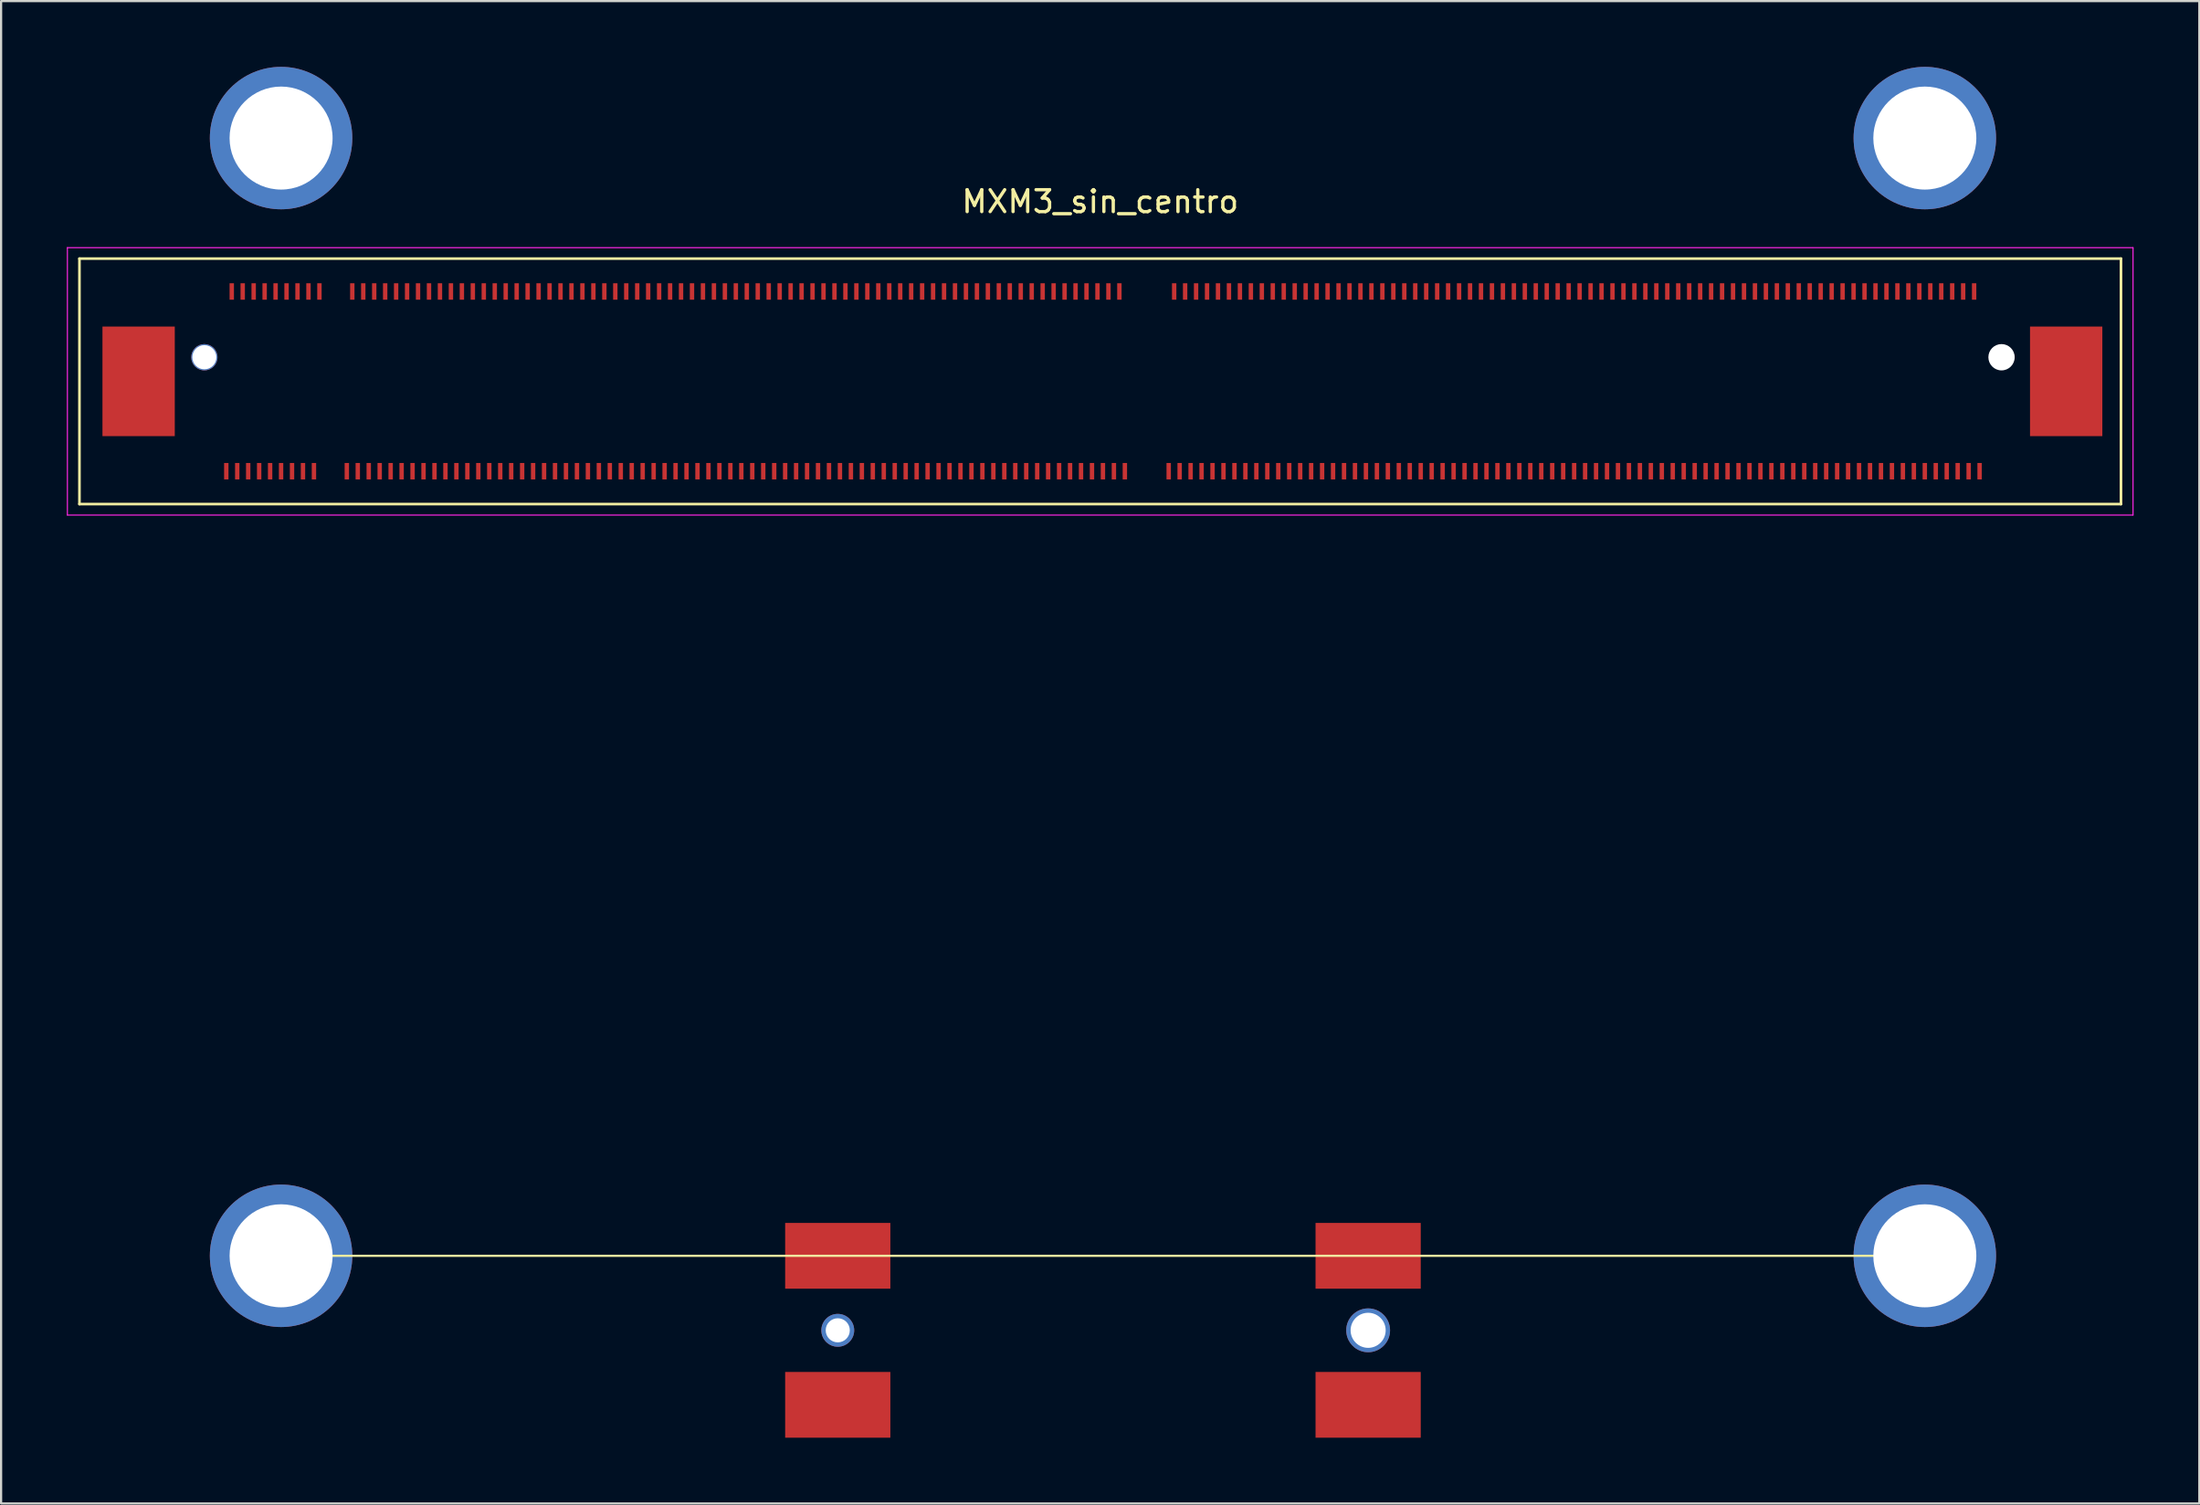
<source format=kicad_pcb>
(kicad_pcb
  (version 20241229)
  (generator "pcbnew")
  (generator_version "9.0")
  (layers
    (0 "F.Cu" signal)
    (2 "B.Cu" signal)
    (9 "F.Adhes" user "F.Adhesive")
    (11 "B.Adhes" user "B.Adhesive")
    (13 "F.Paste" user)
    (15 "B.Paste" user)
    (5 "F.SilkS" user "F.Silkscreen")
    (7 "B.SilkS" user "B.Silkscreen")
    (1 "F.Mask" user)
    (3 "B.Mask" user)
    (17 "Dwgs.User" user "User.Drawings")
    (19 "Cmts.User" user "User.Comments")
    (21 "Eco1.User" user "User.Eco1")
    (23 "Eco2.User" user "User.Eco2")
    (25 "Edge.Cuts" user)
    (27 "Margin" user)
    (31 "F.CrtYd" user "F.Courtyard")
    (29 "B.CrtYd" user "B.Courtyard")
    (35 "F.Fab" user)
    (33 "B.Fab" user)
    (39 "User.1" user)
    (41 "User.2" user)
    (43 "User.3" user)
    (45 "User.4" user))
  (footprint "MXM3_sin_centro"
    (layer "F.Cu")
    (at 7.025 10.25)
    (property "Reference" "MXM3_sin_centro" (at 40.125 -4.1 0) (layer "F.SilkS") (effects (font (size 1 1) (thickness 0.15))))
    (attr through_hole)
    (fp_line (start -6.45 -1.5) (end -6.45 9.7) (stroke (width 0.12) (type solid)) (layer "F.SilkS"))
    (fp_line (start -6.45 9.7) (end 86.7 9.7) (stroke (width 0.12) (type solid)) (layer "F.SilkS"))
    (fp_line (start 2.75 44) (end 77.75 44) (stroke (width 0.1) (type solid)) (layer "F.SilkS"))
    (fp_line (start 86.7 -1.5) (end -6.45 -1.5) (stroke (width 0.12) (type solid)) (layer "F.SilkS"))
    (fp_line (start 86.7 9.7) (end 86.7 -1.5) (stroke (width 0.12) (type solid)) (layer "F.SilkS"))
    (fp_line (start -7 -2) (end -7 10.2) (stroke (width 0.05) (type solid)) (layer "F.CrtYd"))
    (fp_line (start -7 10.2) (end 87.25 10.2) (stroke (width 0.05) (type solid)) (layer "F.CrtYd"))
    (fp_line (start 87.25 -2) (end -7 -2) (stroke (width 0.05) (type solid)) (layer "F.CrtYd"))
    (fp_line (start 87.25 10.2) (end 87.25 -2) (stroke (width 0.05) (type solid)) (layer "F.CrtYd"))
    (pad "" np_thru_hole circle (at -0.75 3) (size 1.2 1.2) (drill 1.1) (layers "*.Cu" "*.Mask"))
    (pad "" np_thru_hole circle (at 28.15 47.4) (size 1.5 1.5) (drill 1.1) (layers "*.Cu" "*.Mask"))
    (pad "" np_thru_hole circle (at 52.35 47.4) (size 2 2) (drill 1.6) (layers "*.Cu" "*.Mask"))
    (pad "" np_thru_hole circle (at 81.25 3) (size 1.2 1.2) (drill 1.6) (layers "*.Cu" "*.Mask"))
    (pad "0" smd rect (at -3.75 4.1) (size 3.3 5) (layers "F.Cu" "F.Mask" "F.Paste"))
    (pad "0" smd rect (at 84.2 4.1) (size 3.3 5) (layers "F.Cu" "F.Mask" "F.Paste"))
    (pad "1" smd rect (at 0.25 8.2) (size 0.2 0.75) (layers "F.Cu" "F.Mask" "F.Paste"))
    (pad "2" smd rect (at 0.5 0) (size 0.2 0.75) (layers "F.Cu" "F.Mask" "F.Paste"))
    (pad "3" smd rect (at 0.75 8.2) (size 0.2 0.75) (layers "F.Cu" "F.Mask" "F.Paste"))
    (pad "4" smd rect (at 1 0) (size 0.2 0.75) (layers "F.Cu" "F.Mask" "F.Paste"))
    (pad "5" smd rect (at 1.25 8.2) (size 0.2 0.75) (layers "F.Cu" "F.Mask" "F.Paste"))
    (pad "6" smd rect (at 1.5 0) (size 0.2 0.75) (layers "F.Cu" "F.Mask" "F.Paste"))
    (pad "7" smd rect (at 1.75 8.2) (size 0.2 0.75) (layers "F.Cu" "F.Mask" "F.Paste"))
    (pad "8" smd rect (at 2 0) (size 0.2 0.75) (layers "F.Cu" "F.Mask" "F.Paste"))
    (pad "9" smd rect (at 2.25 8.2) (size 0.2 0.75) (layers "F.Cu" "F.Mask" "F.Paste"))
    (pad "10" smd rect (at 2.5 0) (size 0.2 0.75) (layers "F.Cu" "F.Mask" "F.Paste"))
    (pad "11" smd rect (at 2.75 8.2) (size 0.2 0.75) (layers "F.Cu" "F.Mask" "F.Paste"))
    (pad "12" smd rect (at 3 0) (size 0.2 0.75) (layers "F.Cu" "F.Mask" "F.Paste"))
    (pad "13" smd rect (at 3.25 8.2) (size 0.2 0.75) (layers "F.Cu" "F.Mask" "F.Paste"))
    (pad "14" smd rect (at 3.5 0) (size 0.2 0.75) (layers "F.Cu" "F.Mask" "F.Paste"))
    (pad "15" smd rect (at 3.75 8.2) (size 0.2 0.75) (layers "F.Cu" "F.Mask" "F.Paste"))
    (pad "16" smd rect (at 4 0) (size 0.2 0.75) (layers "F.Cu" "F.Mask" "F.Paste"))
    (pad "17" smd rect (at 4.25 8.2) (size 0.2 0.75) (layers "F.Cu" "F.Mask" "F.Paste"))
    (pad "18" smd rect (at 4.5 0) (size 0.2 0.75) (layers "F.Cu" "F.Mask" "F.Paste"))
    (pad "19" thru_hole circle (at 2.75 -7) (size 6.5 6.5) (drill 4.7) (layers "*.Cu" "*.Mask"))
    (pad "21" thru_hole circle (at 2.75 44) (size 6.5 6.5) (drill 4.7) (layers "*.Cu" "*.Mask"))
    (pad "22" thru_hole circle (at 77.75 -7) (size 6.5 6.5) (drill 4.7) (layers "*.Cu" "*.Mask"))
    (pad "23" smd rect (at 5.75 8.2) (size 0.2 0.75) (layers "F.Cu" "F.Mask" "F.Paste"))
    (pad "24" smd rect (at 6 0) (size 0.2 0.75) (layers "F.Cu" "F.Mask" "F.Paste"))
    (pad "25" smd rect (at 6.25 8.2) (size 0.2 0.75) (layers "F.Cu" "F.Mask" "F.Paste"))
    (pad "26" smd rect (at 6.5 0) (size 0.2 0.75) (layers "F.Cu" "F.Mask" "F.Paste"))
    (pad "27" smd rect (at 6.75 8.2) (size 0.2 0.75) (layers "F.Cu" "F.Mask" "F.Paste"))
    (pad "28" smd rect (at 7 0) (size 0.2 0.75) (layers "F.Cu" "F.Mask" "F.Paste"))
    (pad "29" smd rect (at 7.25 8.2) (size 0.2 0.75) (layers "F.Cu" "F.Mask" "F.Paste"))
    (pad "30" smd rect (at 7.5 0) (size 0.2 0.75) (layers "F.Cu" "F.Mask" "F.Paste"))
    (pad "31" smd rect (at 7.75 8.2) (size 0.2 0.75) (layers "F.Cu" "F.Mask" "F.Paste"))
    (pad "32" smd rect (at 8 0) (size 0.2 0.75) (layers "F.Cu" "F.Mask" "F.Paste"))
    (pad "33" smd rect (at 8.25 8.2) (size 0.2 0.75) (layers "F.Cu" "F.Mask" "F.Paste"))
    (pad "34" smd rect (at 8.5 0) (size 0.2 0.75) (layers "F.Cu" "F.Mask" "F.Paste"))
    (pad "35" smd rect (at 8.75 8.2) (size 0.2 0.75) (layers "F.Cu" "F.Mask" "F.Paste"))
    (pad "36" smd rect (at 9 0) (size 0.2 0.75) (layers "F.Cu" "F.Mask" "F.Paste"))
    (pad "37" smd rect (at 9.25 8.2) (size 0.2 0.75) (layers "F.Cu" "F.Mask" "F.Paste"))
    (pad "38" smd rect (at 9.5 0) (size 0.2 0.75) (layers "F.Cu" "F.Mask" "F.Paste"))
    (pad "39" smd rect (at 9.75 8.2) (size 0.2 0.75) (layers "F.Cu" "F.Mask" "F.Paste"))
    (pad "40" smd rect (at 10 0) (size 0.2 0.75) (layers "F.Cu" "F.Mask" "F.Paste"))
    (pad "41" smd rect (at 10.25 8.2) (size 0.2 0.75) (layers "F.Cu" "F.Mask" "F.Paste"))
    (pad "42" smd rect (at 10.5 0) (size 0.2 0.75) (layers "F.Cu" "F.Mask" "F.Paste"))
    (pad "43" smd rect (at 10.75 8.2) (size 0.2 0.75) (layers "F.Cu" "F.Mask" "F.Paste"))
    (pad "44" smd rect (at 11 0) (size 0.2 0.75) (layers "F.Cu" "F.Mask" "F.Paste"))
    (pad "45" smd rect (at 11.25 8.2) (size 0.2 0.75) (layers "F.Cu" "F.Mask" "F.Paste"))
    (pad "46" smd rect (at 11.5 0) (size 0.2 0.75) (layers "F.Cu" "F.Mask" "F.Paste"))
    (pad "47" smd rect (at 11.75 8.2) (size 0.2 0.75) (layers "F.Cu" "F.Mask" "F.Paste"))
    (pad "48" smd rect (at 12 0) (size 0.2 0.75) (layers "F.Cu" "F.Mask" "F.Paste"))
    (pad "49" smd rect (at 12.25 8.2) (size 0.2 0.75) (layers "F.Cu" "F.Mask" "F.Paste"))
    (pad "50" smd rect (at 12.5 0) (size 0.2 0.75) (layers "F.Cu" "F.Mask" "F.Paste"))
    (pad "51" smd rect (at 12.75 8.2) (size 0.2 0.75) (layers "F.Cu" "F.Mask" "F.Paste"))
    (pad "52" smd rect (at 13 0) (size 0.2 0.75) (layers "F.Cu" "F.Mask" "F.Paste"))
    (pad "53" smd rect (at 13.25 8.2) (size 0.2 0.75) (layers "F.Cu" "F.Mask" "F.Paste"))
    (pad "54" smd rect (at 13.5 0) (size 0.2 0.75) (layers "F.Cu" "F.Mask" "F.Paste"))
    (pad "55" smd rect (at 13.75 8.2) (size 0.2 0.75) (layers "F.Cu" "F.Mask" "F.Paste"))
    (pad "56" smd rect (at 14 0) (size 0.2 0.75) (layers "F.Cu" "F.Mask" "F.Paste"))
    (pad "57" smd rect (at 14.25 8.2) (size 0.2 0.75) (layers "F.Cu" "F.Mask" "F.Paste"))
    (pad "58" smd rect (at 14.5 0) (size 0.2 0.75) (layers "F.Cu" "F.Mask" "F.Paste"))
    (pad "59" smd rect (at 14.75 8.2) (size 0.2 0.75) (layers "F.Cu" "F.Mask" "F.Paste"))
    (pad "60" smd rect (at 15 0) (size 0.2 0.75) (layers "F.Cu" "F.Mask" "F.Paste"))
    (pad "61" smd rect (at 15.25 8.2) (size 0.2 0.75) (layers "F.Cu" "F.Mask" "F.Paste"))
    (pad "62" smd rect (at 15.5 0) (size 0.2 0.75) (layers "F.Cu" "F.Mask" "F.Paste"))
    (pad "63" smd rect (at 15.75 8.2) (size 0.2 0.75) (layers "F.Cu" "F.Mask" "F.Paste"))
    (pad "64" smd rect (at 16 0) (size 0.2 0.75) (layers "F.Cu" "F.Mask" "F.Paste"))
    (pad "65" smd rect (at 16.25 8.2) (size 0.2 0.75) (layers "F.Cu" "F.Mask" "F.Paste"))
    (pad "66" smd rect (at 16.5 0) (size 0.2 0.75) (layers "F.Cu" "F.Mask" "F.Paste"))
    (pad "67" smd rect (at 16.75 8.2) (size 0.2 0.75) (layers "F.Cu" "F.Mask" "F.Paste"))
    (pad "68" smd rect (at 17 0) (size 0.2 0.75) (layers "F.Cu" "F.Mask" "F.Paste"))
    (pad "69" smd rect (at 17.25 8.2) (size 0.2 0.75) (layers "F.Cu" "F.Mask" "F.Paste"))
    (pad "70" smd rect (at 17.5 0) (size 0.2 0.75) (layers "F.Cu" "F.Mask" "F.Paste"))
    (pad "71" smd rect (at 17.75 8.2) (size 0.2 0.75) (layers "F.Cu" "F.Mask" "F.Paste"))
    (pad "72" smd rect (at 18 0) (size 0.2 0.75) (layers "F.Cu" "F.Mask" "F.Paste"))
    (pad "73" smd rect (at 18.25 8.2) (size 0.2 0.75) (layers "F.Cu" "F.Mask" "F.Paste"))
    (pad "74" smd rect (at 18.5 0) (size 0.2 0.75) (layers "F.Cu" "F.Mask" "F.Paste"))
    (pad "75" smd rect (at 18.75 8.2) (size 0.2 0.75) (layers "F.Cu" "F.Mask" "F.Paste"))
    (pad "76" smd rect (at 19 0) (size 0.2 0.75) (layers "F.Cu" "F.Mask" "F.Paste"))
    (pad "77" smd rect (at 19.25 8.2) (size 0.2 0.75) (layers "F.Cu" "F.Mask" "F.Paste"))
    (pad "78" smd rect (at 19.5 0) (size 0.2 0.75) (layers "F.Cu" "F.Mask" "F.Paste"))
    (pad "79" smd rect (at 19.75 8.2) (size 0.2 0.75) (layers "F.Cu" "F.Mask" "F.Paste"))
    (pad "80" smd rect (at 20 0) (size 0.2 0.75) (layers "F.Cu" "F.Mask" "F.Paste"))
    (pad "81" smd rect (at 20.25 8.2) (size 0.2 0.75) (layers "F.Cu" "F.Mask" "F.Paste"))
    (pad "82" smd rect (at 20.5 0) (size 0.2 0.75) (layers "F.Cu" "F.Mask" "F.Paste"))
    (pad "83" smd rect (at 20.75 8.2) (size 0.2 0.75) (layers "F.Cu" "F.Mask" "F.Paste"))
    (pad "84" smd rect (at 21 0) (size 0.2 0.75) (layers "F.Cu" "F.Mask" "F.Paste"))
    (pad "85" smd rect (at 21.25 8.2) (size 0.2 0.75) (layers "F.Cu" "F.Mask" "F.Paste"))
    (pad "86" smd rect (at 21.5 0) (size 0.2 0.75) (layers "F.Cu" "F.Mask" "F.Paste"))
    (pad "87" smd rect (at 21.75 8.2) (size 0.2 0.75) (layers "F.Cu" "F.Mask" "F.Paste"))
    (pad "88" smd rect (at 22 0) (size 0.2 0.75) (layers "F.Cu" "F.Mask" "F.Paste"))
    (pad "89" smd rect (at 22.25 8.2) (size 0.2 0.75) (layers "F.Cu" "F.Mask" "F.Paste"))
    (pad "90" smd rect (at 22.5 0) (size 0.2 0.75) (layers "F.Cu" "F.Mask" "F.Paste"))
    (pad "91" smd rect (at 22.75 8.2) (size 0.2 0.75) (layers "F.Cu" "F.Mask" "F.Paste"))
    (pad "92" smd rect (at 23 0) (size 0.2 0.75) (layers "F.Cu" "F.Mask" "F.Paste"))
    (pad "93" smd rect (at 23.25 8.2) (size 0.2 0.75) (layers "F.Cu" "F.Mask" "F.Paste"))
    (pad "94" smd rect (at 23.5 0) (size 0.2 0.75) (layers "F.Cu" "F.Mask" "F.Paste"))
    (pad "95" smd rect (at 23.75 8.2) (size 0.2 0.75) (layers "F.Cu" "F.Mask" "F.Paste"))
    (pad "96" smd rect (at 24 0) (size 0.2 0.75) (layers "F.Cu" "F.Mask" "F.Paste"))
    (pad "97" smd rect (at 24.25 8.2) (size 0.2 0.75) (layers "F.Cu" "F.Mask" "F.Paste"))
    (pad "98" smd rect (at 24.5 0) (size 0.2 0.75) (layers "F.Cu" "F.Mask" "F.Paste"))
    (pad "99" smd rect (at 24.75 8.2) (size 0.2 0.75) (layers "F.Cu" "F.Mask" "F.Paste"))
    (pad "100" smd rect (at 25 0) (size 0.2 0.75) (layers "F.Cu" "F.Mask" "F.Paste"))
    (pad "101" smd rect (at 25.25 8.2) (size 0.2 0.75) (layers "F.Cu" "F.Mask" "F.Paste"))
    (pad "102" smd rect (at 25.5 0) (size 0.2 0.75) (layers "F.Cu" "F.Mask" "F.Paste"))
    (pad "103" smd rect (at 25.75 8.2) (size 0.2 0.75) (layers "F.Cu" "F.Mask" "F.Paste"))
    (pad "104" smd rect (at 26 0) (size 0.2 0.75) (layers "F.Cu" "F.Mask" "F.Paste"))
    (pad "105" smd rect (at 26.25 8.2) (size 0.2 0.75) (layers "F.Cu" "F.Mask" "F.Paste"))
    (pad "106" smd rect (at 26.5 0) (size 0.2 0.75) (layers "F.Cu" "F.Mask" "F.Paste"))
    (pad "107" smd rect (at 26.75 8.2) (size 0.2 0.75) (layers "F.Cu" "F.Mask" "F.Paste"))
    (pad "108" smd rect (at 27 0) (size 0.2 0.75) (layers "F.Cu" "F.Mask" "F.Paste"))
    (pad "109" smd rect (at 27.25 8.2) (size 0.2 0.75) (layers "F.Cu" "F.Mask" "F.Paste"))
    (pad "110" smd rect (at 27.5 0) (size 0.2 0.75) (layers "F.Cu" "F.Mask" "F.Paste"))
    (pad "111" smd rect (at 27.75 8.2) (size 0.2 0.75) (layers "F.Cu" "F.Mask" "F.Paste"))
    (pad "112" smd rect (at 28 0) (size 0.2 0.75) (layers "F.Cu" "F.Mask" "F.Paste"))
    (pad "113" smd rect (at 28.25 8.2) (size 0.2 0.75) (layers "F.Cu" "F.Mask" "F.Paste"))
    (pad "114" smd rect (at 28.5 0) (size 0.2 0.75) (layers "F.Cu" "F.Mask" "F.Paste"))
    (pad "115" smd rect (at 28.75 8.2) (size 0.2 0.75) (layers "F.Cu" "F.Mask" "F.Paste"))
    (pad "116" smd rect (at 29 0) (size 0.2 0.75) (layers "F.Cu" "F.Mask" "F.Paste"))
    (pad "117" smd rect (at 29.25 8.2) (size 0.2 0.75) (layers "F.Cu" "F.Mask" "F.Paste"))
    (pad "118" smd rect (at 29.5 0) (size 0.2 0.75) (layers "F.Cu" "F.Mask" "F.Paste"))
    (pad "119" smd rect (at 29.75 8.2) (size 0.2 0.75) (layers "F.Cu" "F.Mask" "F.Paste"))
    (pad "120" smd rect (at 30 0) (size 0.2 0.75) (layers "F.Cu" "F.Mask" "F.Paste"))
    (pad "121" smd rect (at 30.25 8.2) (size 0.2 0.75) (layers "F.Cu" "F.Mask" "F.Paste"))
    (pad "122" smd rect (at 30.5 0) (size 0.2 0.75) (layers "F.Cu" "F.Mask" "F.Paste"))
    (pad "123" smd rect (at 30.75 8.2) (size 0.2 0.75) (layers "F.Cu" "F.Mask" "F.Paste"))
    (pad "124" smd rect (at 31 0) (size 0.2 0.75) (layers "F.Cu" "F.Mask" "F.Paste"))
    (pad "125" smd rect (at 31.25 8.2) (size 0.2 0.75) (layers "F.Cu" "F.Mask" "F.Paste"))
    (pad "126" smd rect (at 31.5 0) (size 0.2 0.75) (layers "F.Cu" "F.Mask" "F.Paste"))
    (pad "127" smd rect (at 31.75 8.2) (size 0.2 0.75) (layers "F.Cu" "F.Mask" "F.Paste"))
    (pad "128" smd rect (at 32 0) (size 0.2 0.75) (layers "F.Cu" "F.Mask" "F.Paste"))
    (pad "129" smd rect (at 32.25 8.2) (size 0.2 0.75) (layers "F.Cu" "F.Mask" "F.Paste"))
    (pad "130" smd rect (at 32.5 0) (size 0.2 0.75) (layers "F.Cu" "F.Mask" "F.Paste"))
    (pad "131" smd rect (at 32.75 8.2) (size 0.2 0.75) (layers "F.Cu" "F.Mask" "F.Paste"))
    (pad "132" smd rect (at 33 0) (size 0.2 0.75) (layers "F.Cu" "F.Mask" "F.Paste"))
    (pad "133" smd rect (at 33.25 8.2) (size 0.2 0.75) (layers "F.Cu" "F.Mask" "F.Paste"))
    (pad "134" smd rect (at 33.5 0) (size 0.2 0.75) (layers "F.Cu" "F.Mask" "F.Paste"))
    (pad "135" smd rect (at 33.75 8.2) (size 0.2 0.75) (layers "F.Cu" "F.Mask" "F.Paste"))
    (pad "136" smd rect (at 34 0) (size 0.2 0.75) (layers "F.Cu" "F.Mask" "F.Paste"))
    (pad "137" smd rect (at 34.25 8.2) (size 0.2 0.75) (layers "F.Cu" "F.Mask" "F.Paste"))
    (pad "138" smd rect (at 34.5 0) (size 0.2 0.75) (layers "F.Cu" "F.Mask" "F.Paste"))
    (pad "139" smd rect (at 34.75 8.2) (size 0.2 0.75) (layers "F.Cu" "F.Mask" "F.Paste"))
    (pad "140" smd rect (at 35 0) (size 0.2 0.75) (layers "F.Cu" "F.Mask" "F.Paste"))
    (pad "141" smd rect (at 35.25 8.2) (size 0.2 0.75) (layers "F.Cu" "F.Mask" "F.Paste"))
    (pad "142" smd rect (at 35.5 0) (size 0.2 0.75) (layers "F.Cu" "F.Mask" "F.Paste"))
    (pad "143" smd rect (at 35.75 8.2) (size 0.2 0.75) (layers "F.Cu" "F.Mask" "F.Paste"))
    (pad "144" smd rect (at 36 0) (size 0.2 0.75) (layers "F.Cu" "F.Mask" "F.Paste"))
    (pad "145" smd rect (at 36.25 8.2) (size 0.2 0.75) (layers "F.Cu" "F.Mask" "F.Paste"))
    (pad "146" smd rect (at 36.5 0) (size 0.2 0.75) (layers "F.Cu" "F.Mask" "F.Paste"))
    (pad "147" smd rect (at 36.75 8.2) (size 0.2 0.75) (layers "F.Cu" "F.Mask" "F.Paste"))
    (pad "148" smd rect (at 37 0) (size 0.2 0.75) (layers "F.Cu" "F.Mask" "F.Paste"))
    (pad "149" smd rect (at 37.25 8.2) (size 0.2 0.75) (layers "F.Cu" "F.Mask" "F.Paste"))
    (pad "150" smd rect (at 37.5 0) (size 0.2 0.75) (layers "F.Cu" "F.Mask" "F.Paste"))
    (pad "151" smd rect (at 37.75 8.2) (size 0.2 0.75) (layers "F.Cu" "F.Mask" "F.Paste"))
    (pad "152" smd rect (at 38 0) (size 0.2 0.75) (layers "F.Cu" "F.Mask" "F.Paste"))
    (pad "153" smd rect (at 38.25 8.2) (size 0.2 0.75) (layers "F.Cu" "F.Mask" "F.Paste"))
    (pad "154" smd rect (at 38.5 0) (size 0.2 0.75) (layers "F.Cu" "F.Mask" "F.Paste"))
    (pad "155" smd rect (at 38.75 8.2) (size 0.2 0.75) (layers "F.Cu" "F.Mask" "F.Paste"))
    (pad "156" smd rect (at 39 0) (size 0.2 0.75) (layers "F.Cu" "F.Mask" "F.Paste"))
    (pad "157" smd rect (at 39.25 8.2) (size 0.2 0.75) (layers "F.Cu" "F.Mask" "F.Paste"))
    (pad "158" smd rect (at 39.5 0) (size 0.2 0.75) (layers "F.Cu" "F.Mask" "F.Paste"))
    (pad "159" smd rect (at 39.75 8.2) (size 0.2 0.75) (layers "F.Cu" "F.Mask" "F.Paste"))
    (pad "160" smd rect (at 40 0) (size 0.2 0.75) (layers "F.Cu" "F.Mask" "F.Paste"))
    (pad "161" smd rect (at 40.25 8.2) (size 0.2 0.75) (layers "F.Cu" "F.Mask" "F.Paste"))
    (pad "162" smd rect (at 40.5 0) (size 0.2 0.75) (layers "F.Cu" "F.Mask" "F.Paste"))
    (pad "163" smd rect (at 40.75 8.2) (size 0.2 0.75) (layers "F.Cu" "F.Mask" "F.Paste"))
    (pad "164" smd rect (at 41 0) (size 0.2 0.75) (layers "F.Cu" "F.Mask" "F.Paste"))
    (pad "165" smd rect (at 41.25 8.2) (size 0.2 0.75) (layers "F.Cu" "F.Mask" "F.Paste"))
    (pad "166" thru_hole circle (at 77.75 44) (size 6.5 6.5) (drill 4.7) (layers "*.Cu" "*.Mask"))
    (pad "167" smd rect (at 52.35 44) (size 4.8 3) (layers "F.Cu" "F.Mask" "F.Paste"))
    (pad "168" smd rect (at 28.15 50.8) (size 4.8 3) (layers "F.Cu" "F.Mask" "F.Paste"))
    (pad "169" smd rect (at 28.15 44) (size 4.8 3) (layers "F.Cu" "F.Mask" "F.Paste"))
    (pad "170" smd rect (at 52.35 50.8) (size 4.8 3) (layers "F.Cu" "F.Mask" "F.Paste"))
    (pad "173" smd rect (at 43.25 8.2) (size 0.2 0.75) (layers "F.Cu" "F.Mask" "F.Paste"))
    (pad "174" smd rect (at 43.5 0) (size 0.2 0.75) (layers "F.Cu" "F.Mask" "F.Paste"))
    (pad "175" smd rect (at 43.75 8.2) (size 0.2 0.75) (layers "F.Cu" "F.Mask" "F.Paste"))
    (pad "176" smd rect (at 44 0) (size 0.2 0.75) (layers "F.Cu" "F.Mask" "F.Paste"))
    (pad "177" smd rect (at 44.25 8.2) (size 0.2 0.75) (layers "F.Cu" "F.Mask" "F.Paste"))
    (pad "178" smd rect (at 44.5 0) (size 0.2 0.75) (layers "F.Cu" "F.Mask" "F.Paste"))
    (pad "179" smd rect (at 44.75 8.2) (size 0.2 0.75) (layers "F.Cu" "F.Mask" "F.Paste"))
    (pad "180" smd rect (at 45 0) (size 0.2 0.75) (layers "F.Cu" "F.Mask" "F.Paste"))
    (pad "181" smd rect (at 45.25 8.2) (size 0.2 0.75) (layers "F.Cu" "F.Mask" "F.Paste"))
    (pad "182" smd rect (at 45.5 0) (size 0.2 0.75) (layers "F.Cu" "F.Mask" "F.Paste"))
    (pad "183" smd rect (at 45.75 8.2) (size 0.2 0.75) (layers "F.Cu" "F.Mask" "F.Paste"))
    (pad "184" smd rect (at 46 0) (size 0.2 0.75) (layers "F.Cu" "F.Mask" "F.Paste"))
    (pad "185" smd rect (at 46.25 8.2) (size 0.2 0.75) (layers "F.Cu" "F.Mask" "F.Paste"))
    (pad "186" smd rect (at 46.5 0) (size 0.2 0.75) (layers "F.Cu" "F.Mask" "F.Paste"))
    (pad "187" smd rect (at 46.75 8.2) (size 0.2 0.75) (layers "F.Cu" "F.Mask" "F.Paste"))
    (pad "188" smd rect (at 47 0) (size 0.2 0.75) (layers "F.Cu" "F.Mask" "F.Paste"))
    (pad "189" smd rect (at 47.25 8.2) (size 0.2 0.75) (layers "F.Cu" "F.Mask" "F.Paste"))
    (pad "190" smd rect (at 47.5 0) (size 0.2 0.75) (layers "F.Cu" "F.Mask" "F.Paste"))
    (pad "191" smd rect (at 47.75 8.2) (size 0.2 0.75) (layers "F.Cu" "F.Mask" "F.Paste"))
    (pad "192" smd rect (at 48 0) (size 0.2 0.75) (layers "F.Cu" "F.Mask" "F.Paste"))
    (pad "193" smd rect (at 48.25 8.2) (size 0.2 0.75) (layers "F.Cu" "F.Mask" "F.Paste"))
    (pad "194" smd rect (at 48.5 0) (size 0.2 0.75) (layers "F.Cu" "F.Mask" "F.Paste"))
    (pad "195" smd rect (at 48.75 8.2) (size 0.2 0.75) (layers "F.Cu" "F.Mask" "F.Paste"))
    (pad "196" smd rect (at 49 0) (size 0.2 0.75) (layers "F.Cu" "F.Mask" "F.Paste"))
    (pad "197" smd rect (at 49.25 8.2) (size 0.2 0.75) (layers "F.Cu" "F.Mask" "F.Paste"))
    (pad "198" smd rect (at 49.5 0) (size 0.2 0.75) (layers "F.Cu" "F.Mask" "F.Paste"))
    (pad "199" smd rect (at 49.75 8.2) (size 0.2 0.75) (layers "F.Cu" "F.Mask" "F.Paste"))
    (pad "200" smd rect (at 50 0) (size 0.2 0.75) (layers "F.Cu" "F.Mask" "F.Paste"))
    (pad "201" smd rect (at 50.25 8.2) (size 0.2 0.75) (layers "F.Cu" "F.Mask" "F.Paste"))
    (pad "202" smd rect (at 50.5 0) (size 0.2 0.75) (layers "F.Cu" "F.Mask" "F.Paste"))
    (pad "203" smd rect (at 50.75 8.2) (size 0.2 0.75) (layers "F.Cu" "F.Mask" "F.Paste"))
    (pad "204" smd rect (at 51 0) (size 0.2 0.75) (layers "F.Cu" "F.Mask" "F.Paste"))
    (pad "205" smd rect (at 51.25 8.2) (size 0.2 0.75) (layers "F.Cu" "F.Mask" "F.Paste"))
    (pad "206" smd rect (at 51.5 0) (size 0.2 0.75) (layers "F.Cu" "F.Mask" "F.Paste"))
    (pad "207" smd rect (at 51.75 8.2) (size 0.2 0.75) (layers "F.Cu" "F.Mask" "F.Paste"))
    (pad "208" smd rect (at 52 0) (size 0.2 0.75) (layers "F.Cu" "F.Mask" "F.Paste"))
    (pad "209" smd rect (at 52.25 8.2) (size 0.2 0.75) (layers "F.Cu" "F.Mask" "F.Paste"))
    (pad "210" smd rect (at 52.5 0) (size 0.2 0.75) (layers "F.Cu" "F.Mask" "F.Paste"))
    (pad "211" smd rect (at 52.75 8.2) (size 0.2 0.75) (layers "F.Cu" "F.Mask" "F.Paste"))
    (pad "212" smd rect (at 53 0) (size 0.2 0.75) (layers "F.Cu" "F.Mask" "F.Paste"))
    (pad "213" smd rect (at 53.25 8.2) (size 0.2 0.75) (layers "F.Cu" "F.Mask" "F.Paste"))
    (pad "214" smd rect (at 53.5 0) (size 0.2 0.75) (layers "F.Cu" "F.Mask" "F.Paste"))
    (pad "215" smd rect (at 53.75 8.2) (size 0.2 0.75) (layers "F.Cu" "F.Mask" "F.Paste"))
    (pad "216" smd rect (at 54 0) (size 0.2 0.75) (layers "F.Cu" "F.Mask" "F.Paste"))
    (pad "217" smd rect (at 54.25 8.2) (size 0.2 0.75) (layers "F.Cu" "F.Mask" "F.Paste"))
    (pad "218" smd rect (at 54.5 0) (size 0.2 0.75) (layers "F.Cu" "F.Mask" "F.Paste"))
    (pad "219" smd rect (at 54.75 8.2) (size 0.2 0.75) (layers "F.Cu" "F.Mask" "F.Paste"))
    (pad "220" smd rect (at 55 0) (size 0.2 0.75) (layers "F.Cu" "F.Mask" "F.Paste"))
    (pad "221" smd rect (at 55.25 8.2) (size 0.2 0.75) (layers "F.Cu" "F.Mask" "F.Paste"))
    (pad "222" smd rect (at 55.5 0) (size 0.2 0.75) (layers "F.Cu" "F.Mask" "F.Paste"))
    (pad "223" smd rect (at 55.75 8.2) (size 0.2 0.75) (layers "F.Cu" "F.Mask" "F.Paste"))
    (pad "224" smd rect (at 56 0) (size 0.2 0.75) (layers "F.Cu" "F.Mask" "F.Paste"))
    (pad "225" smd rect (at 56.25 8.2) (size 0.2 0.75) (layers "F.Cu" "F.Mask" "F.Paste"))
    (pad "226" smd rect (at 56.5 0) (size 0.2 0.75) (layers "F.Cu" "F.Mask" "F.Paste"))
    (pad "227" smd rect (at 56.75 8.2) (size 0.2 0.75) (layers "F.Cu" "F.Mask" "F.Paste"))
    (pad "228" smd rect (at 57 0) (size 0.2 0.75) (layers "F.Cu" "F.Mask" "F.Paste"))
    (pad "229" smd rect (at 57.25 8.2) (size 0.2 0.75) (layers "F.Cu" "F.Mask" "F.Paste"))
    (pad "230" smd rect (at 57.5 0) (size 0.2 0.75) (layers "F.Cu" "F.Mask" "F.Paste"))
    (pad "231" smd rect (at 57.75 8.2) (size 0.2 0.75) (layers "F.Cu" "F.Mask" "F.Paste"))
    (pad "232" smd rect (at 58 0) (size 0.2 0.75) (layers "F.Cu" "F.Mask" "F.Paste"))
    (pad "233" smd rect (at 58.25 8.2) (size 0.2 0.75) (layers "F.Cu" "F.Mask" "F.Paste"))
    (pad "234" smd rect (at 58.5 0) (size 0.2 0.75) (layers "F.Cu" "F.Mask" "F.Paste"))
    (pad "235" smd rect (at 58.75 8.2) (size 0.2 0.75) (layers "F.Cu" "F.Mask" "F.Paste"))
    (pad "236" smd rect (at 59 0) (size 0.2 0.75) (layers "F.Cu" "F.Mask" "F.Paste"))
    (pad "237" smd rect (at 59.25 8.2) (size 0.2 0.75) (layers "F.Cu" "F.Mask" "F.Paste"))
    (pad "238" smd rect (at 59.5 0) (size 0.2 0.75) (layers "F.Cu" "F.Mask" "F.Paste"))
    (pad "239" smd rect (at 59.75 8.2) (size 0.2 0.75) (layers "F.Cu" "F.Mask" "F.Paste"))
    (pad "240" smd rect (at 60 0) (size 0.2 0.75) (layers "F.Cu" "F.Mask" "F.Paste"))
    (pad "241" smd rect (at 60.25 8.2) (size 0.2 0.75) (layers "F.Cu" "F.Mask" "F.Paste"))
    (pad "242" smd rect (at 60.5 0) (size 0.2 0.75) (layers "F.Cu" "F.Mask" "F.Paste"))
    (pad "243" smd rect (at 60.75 8.2) (size 0.2 0.75) (layers "F.Cu" "F.Mask" "F.Paste"))
    (pad "244" smd rect (at 61 0) (size 0.2 0.75) (layers "F.Cu" "F.Mask" "F.Paste"))
    (pad "245" smd rect (at 61.25 8.2) (size 0.2 0.75) (layers "F.Cu" "F.Mask" "F.Paste"))
    (pad "246" smd rect (at 61.5 0) (size 0.2 0.75) (layers "F.Cu" "F.Mask" "F.Paste"))
    (pad "247" smd rect (at 61.75 8.2) (size 0.2 0.75) (layers "F.Cu" "F.Mask" "F.Paste"))
    (pad "248" smd rect (at 62 0) (size 0.2 0.75) (layers "F.Cu" "F.Mask" "F.Paste"))
    (pad "249" smd rect (at 62.25 8.2) (size 0.2 0.75) (layers "F.Cu" "F.Mask" "F.Paste"))
    (pad "250" smd rect (at 62.5 0) (size 0.2 0.75) (layers "F.Cu" "F.Mask" "F.Paste"))
    (pad "251" smd rect (at 62.75 8.2) (size 0.2 0.75) (layers "F.Cu" "F.Mask" "F.Paste"))
    (pad "252" smd rect (at 63 0) (size 0.2 0.75) (layers "F.Cu" "F.Mask" "F.Paste"))
    (pad "253" smd rect (at 63.25 8.2) (size 0.2 0.75) (layers "F.Cu" "F.Mask" "F.Paste"))
    (pad "254" smd rect (at 63.5 0) (size 0.2 0.75) (layers "F.Cu" "F.Mask" "F.Paste"))
    (pad "255" smd rect (at 63.75 8.2) (size 0.2 0.75) (layers "F.Cu" "F.Mask" "F.Paste"))
    (pad "256" smd rect (at 64 0) (size 0.2 0.75) (layers "F.Cu" "F.Mask" "F.Paste"))
    (pad "257" smd rect (at 64.25 8.2) (size 0.2 0.75) (layers "F.Cu" "F.Mask" "F.Paste"))
    (pad "258" smd rect (at 64.5 0) (size 0.2 0.75) (layers "F.Cu" "F.Mask" "F.Paste"))
    (pad "259" smd rect (at 64.75 8.2) (size 0.2 0.75) (layers "F.Cu" "F.Mask" "F.Paste"))
    (pad "260" smd rect (at 65 0) (size 0.2 0.75) (layers "F.Cu" "F.Mask" "F.Paste"))
    (pad "261" smd rect (at 65.25 8.2) (size 0.2 0.75) (layers "F.Cu" "F.Mask" "F.Paste"))
    (pad "262" smd rect (at 65.5 0) (size 0.2 0.75) (layers "F.Cu" "F.Mask" "F.Paste"))
    (pad "263" smd rect (at 65.75 8.2) (size 0.2 0.75) (layers "F.Cu" "F.Mask" "F.Paste"))
    (pad "264" smd rect (at 66 0) (size 0.2 0.75) (layers "F.Cu" "F.Mask" "F.Paste"))
    (pad "265" smd rect (at 66.25 8.2) (size 0.2 0.75) (layers "F.Cu" "F.Mask" "F.Paste"))
    (pad "266" smd rect (at 66.5 0) (size 0.2 0.75) (layers "F.Cu" "F.Mask" "F.Paste"))
    (pad "267" smd rect (at 66.75 8.2) (size 0.2 0.75) (layers "F.Cu" "F.Mask" "F.Paste"))
    (pad "268" smd rect (at 67 0) (size 0.2 0.75) (layers "F.Cu" "F.Mask" "F.Paste"))
    (pad "269" smd rect (at 67.25 8.2) (size 0.2 0.75) (layers "F.Cu" "F.Mask" "F.Paste"))
    (pad "270" smd rect (at 67.5 0) (size 0.2 0.75) (layers "F.Cu" "F.Mask" "F.Paste"))
    (pad "271" smd rect (at 67.75 8.2) (size 0.2 0.75) (layers "F.Cu" "F.Mask" "F.Paste"))
    (pad "272" smd rect (at 68 0) (size 0.2 0.75) (layers "F.Cu" "F.Mask" "F.Paste"))
    (pad "273" smd rect (at 68.25 8.2) (size 0.2 0.75) (layers "F.Cu" "F.Mask" "F.Paste"))
    (pad "274" smd rect (at 68.5 0) (size 0.2 0.75) (layers "F.Cu" "F.Mask" "F.Paste"))
    (pad "275" smd rect (at 68.75 8.2) (size 0.2 0.75) (layers "F.Cu" "F.Mask" "F.Paste"))
    (pad "276" smd rect (at 69 0) (size 0.2 0.75) (layers "F.Cu" "F.Mask" "F.Paste"))
    (pad "277" smd rect (at 69.25 8.2) (size 0.2 0.75) (layers "F.Cu" "F.Mask" "F.Paste"))
    (pad "278" smd rect (at 69.5 0) (size 0.2 0.75) (layers "F.Cu" "F.Mask" "F.Paste"))
    (pad "279" smd rect (at 69.75 8.2) (size 0.2 0.75) (layers "F.Cu" "F.Mask" "F.Paste"))
    (pad "280" smd rect (at 70 0) (size 0.2 0.75) (layers "F.Cu" "F.Mask" "F.Paste"))
    (pad "281" smd rect (at 70.25 8.2) (size 0.2 0.75) (layers "F.Cu" "F.Mask" "F.Paste"))
    (pad "282" smd rect (at 70.5 0) (size 0.2 0.75) (layers "F.Cu" "F.Mask" "F.Paste"))
    (pad "283" smd rect (at 70.75 8.2) (size 0.2 0.75) (layers "F.Cu" "F.Mask" "F.Paste"))
    (pad "284" smd rect (at 71 0) (size 0.2 0.75) (layers "F.Cu" "F.Mask" "F.Paste"))
    (pad "285" smd rect (at 71.25 8.2) (size 0.2 0.75) (layers "F.Cu" "F.Mask" "F.Paste"))
    (pad "286" smd rect (at 71.5 0) (size 0.2 0.75) (layers "F.Cu" "F.Mask" "F.Paste"))
    (pad "287" smd rect (at 71.75 8.2) (size 0.2 0.75) (layers "F.Cu" "F.Mask" "F.Paste"))
    (pad "288" smd rect (at 72 0) (size 0.2 0.75) (layers "F.Cu" "F.Mask" "F.Paste"))
    (pad "289" smd rect (at 72.25 8.2) (size 0.2 0.75) (layers "F.Cu" "F.Mask" "F.Paste"))
    (pad "290" smd rect (at 72.5 0) (size 0.2 0.75) (layers "F.Cu" "F.Mask" "F.Paste"))
    (pad "291" smd rect (at 72.75 8.2) (size 0.2 0.75) (layers "F.Cu" "F.Mask" "F.Paste"))
    (pad "292" smd rect (at 73 0) (size 0.2 0.75) (layers "F.Cu" "F.Mask" "F.Paste"))
    (pad "293" smd rect (at 73.25 8.2) (size 0.2 0.75) (layers "F.Cu" "F.Mask" "F.Paste"))
    (pad "294" smd rect (at 73.5 0) (size 0.2 0.75) (layers "F.Cu" "F.Mask" "F.Paste"))
    (pad "295" smd rect (at 73.75 8.2) (size 0.2 0.75) (layers "F.Cu" "F.Mask" "F.Paste"))
    (pad "296" smd rect (at 74 0) (size 0.2 0.75) (layers "F.Cu" "F.Mask" "F.Paste"))
    (pad "297" smd rect (at 74.25 8.2) (size 0.2 0.75) (layers "F.Cu" "F.Mask" "F.Paste"))
    (pad "298" smd rect (at 74.5 0) (size 0.2 0.75) (layers "F.Cu" "F.Mask" "F.Paste"))
    (pad "299" smd rect (at 74.75 8.2) (size 0.2 0.75) (layers "F.Cu" "F.Mask" "F.Paste"))
    (pad "300" smd rect (at 75 0) (size 0.2 0.75) (layers "F.Cu" "F.Mask" "F.Paste"))
    (pad "301" smd rect (at 75.25 8.2) (size 0.2 0.75) (layers "F.Cu" "F.Mask" "F.Paste"))
    (pad "302" smd rect (at 75.5 0) (size 0.2 0.75) (layers "F.Cu" "F.Mask" "F.Paste"))
    (pad "303" smd rect (at 75.75 8.2) (size 0.2 0.75) (layers "F.Cu" "F.Mask" "F.Paste"))
    (pad "304" smd rect (at 76 0) (size 0.2 0.75) (layers "F.Cu" "F.Mask" "F.Paste"))
    (pad "305" smd rect (at 76.25 8.2) (size 0.2 0.75) (layers "F.Cu" "F.Mask" "F.Paste"))
    (pad "306" smd rect (at 76.5 0) (size 0.2 0.75) (layers "F.Cu" "F.Mask" "F.Paste"))
    (pad "307" smd rect (at 76.75 8.2) (size 0.2 0.75) (layers "F.Cu" "F.Mask" "F.Paste"))
    (pad "308" smd rect (at 77 0) (size 0.2 0.75) (layers "F.Cu" "F.Mask" "F.Paste"))
    (pad "309" smd rect (at 77.25 8.2) (size 0.2 0.75) (layers "F.Cu" "F.Mask" "F.Paste"))
    (pad "310" smd rect (at 77.5 0) (size 0.2 0.75) (layers "F.Cu" "F.Mask" "F.Paste"))
    (pad "311" smd rect (at 77.75 8.2) (size 0.2 0.75) (layers "F.Cu" "F.Mask" "F.Paste"))
    (pad "312" smd rect (at 78 0) (size 0.2 0.75) (layers "F.Cu" "F.Mask" "F.Paste"))
    (pad "313" smd rect (at 78.25 8.2) (size 0.2 0.75) (layers "F.Cu" "F.Mask" "F.Paste"))
    (pad "314" smd rect (at 78.5 0) (size 0.2 0.75) (layers "F.Cu" "F.Mask" "F.Paste"))
    (pad "315" smd rect (at 78.75 8.2) (size 0.2 0.75) (layers "F.Cu" "F.Mask" "F.Paste"))
    (pad "316" smd rect (at 79 0) (size 0.2 0.75) (layers "F.Cu" "F.Mask" "F.Paste"))
    (pad "317" smd rect (at 79.25 8.2) (size 0.2 0.75) (layers "F.Cu" "F.Mask" "F.Paste"))
    (pad "318" smd rect (at 79.5 0) (size 0.2 0.75) (layers "F.Cu" "F.Mask" "F.Paste"))
    (pad "319" smd rect (at 79.75 8.2) (size 0.2 0.75) (layers "F.Cu" "F.Mask" "F.Paste"))
    (pad "320" smd rect (at 80 0) (size 0.2 0.75) (layers "F.Cu" "F.Mask" "F.Paste"))
    (pad "321" smd rect (at 80.25 8.2) (size 0.2 0.75) (layers "F.Cu" "F.Mask" "F.Paste")))
  (gr_rect
    (start -3 -3)
    (end 97.3 65.55)
    (stroke (width 0.1) (type default))
    (fill no)
    (layer "Edge.Cuts")))
</source>
